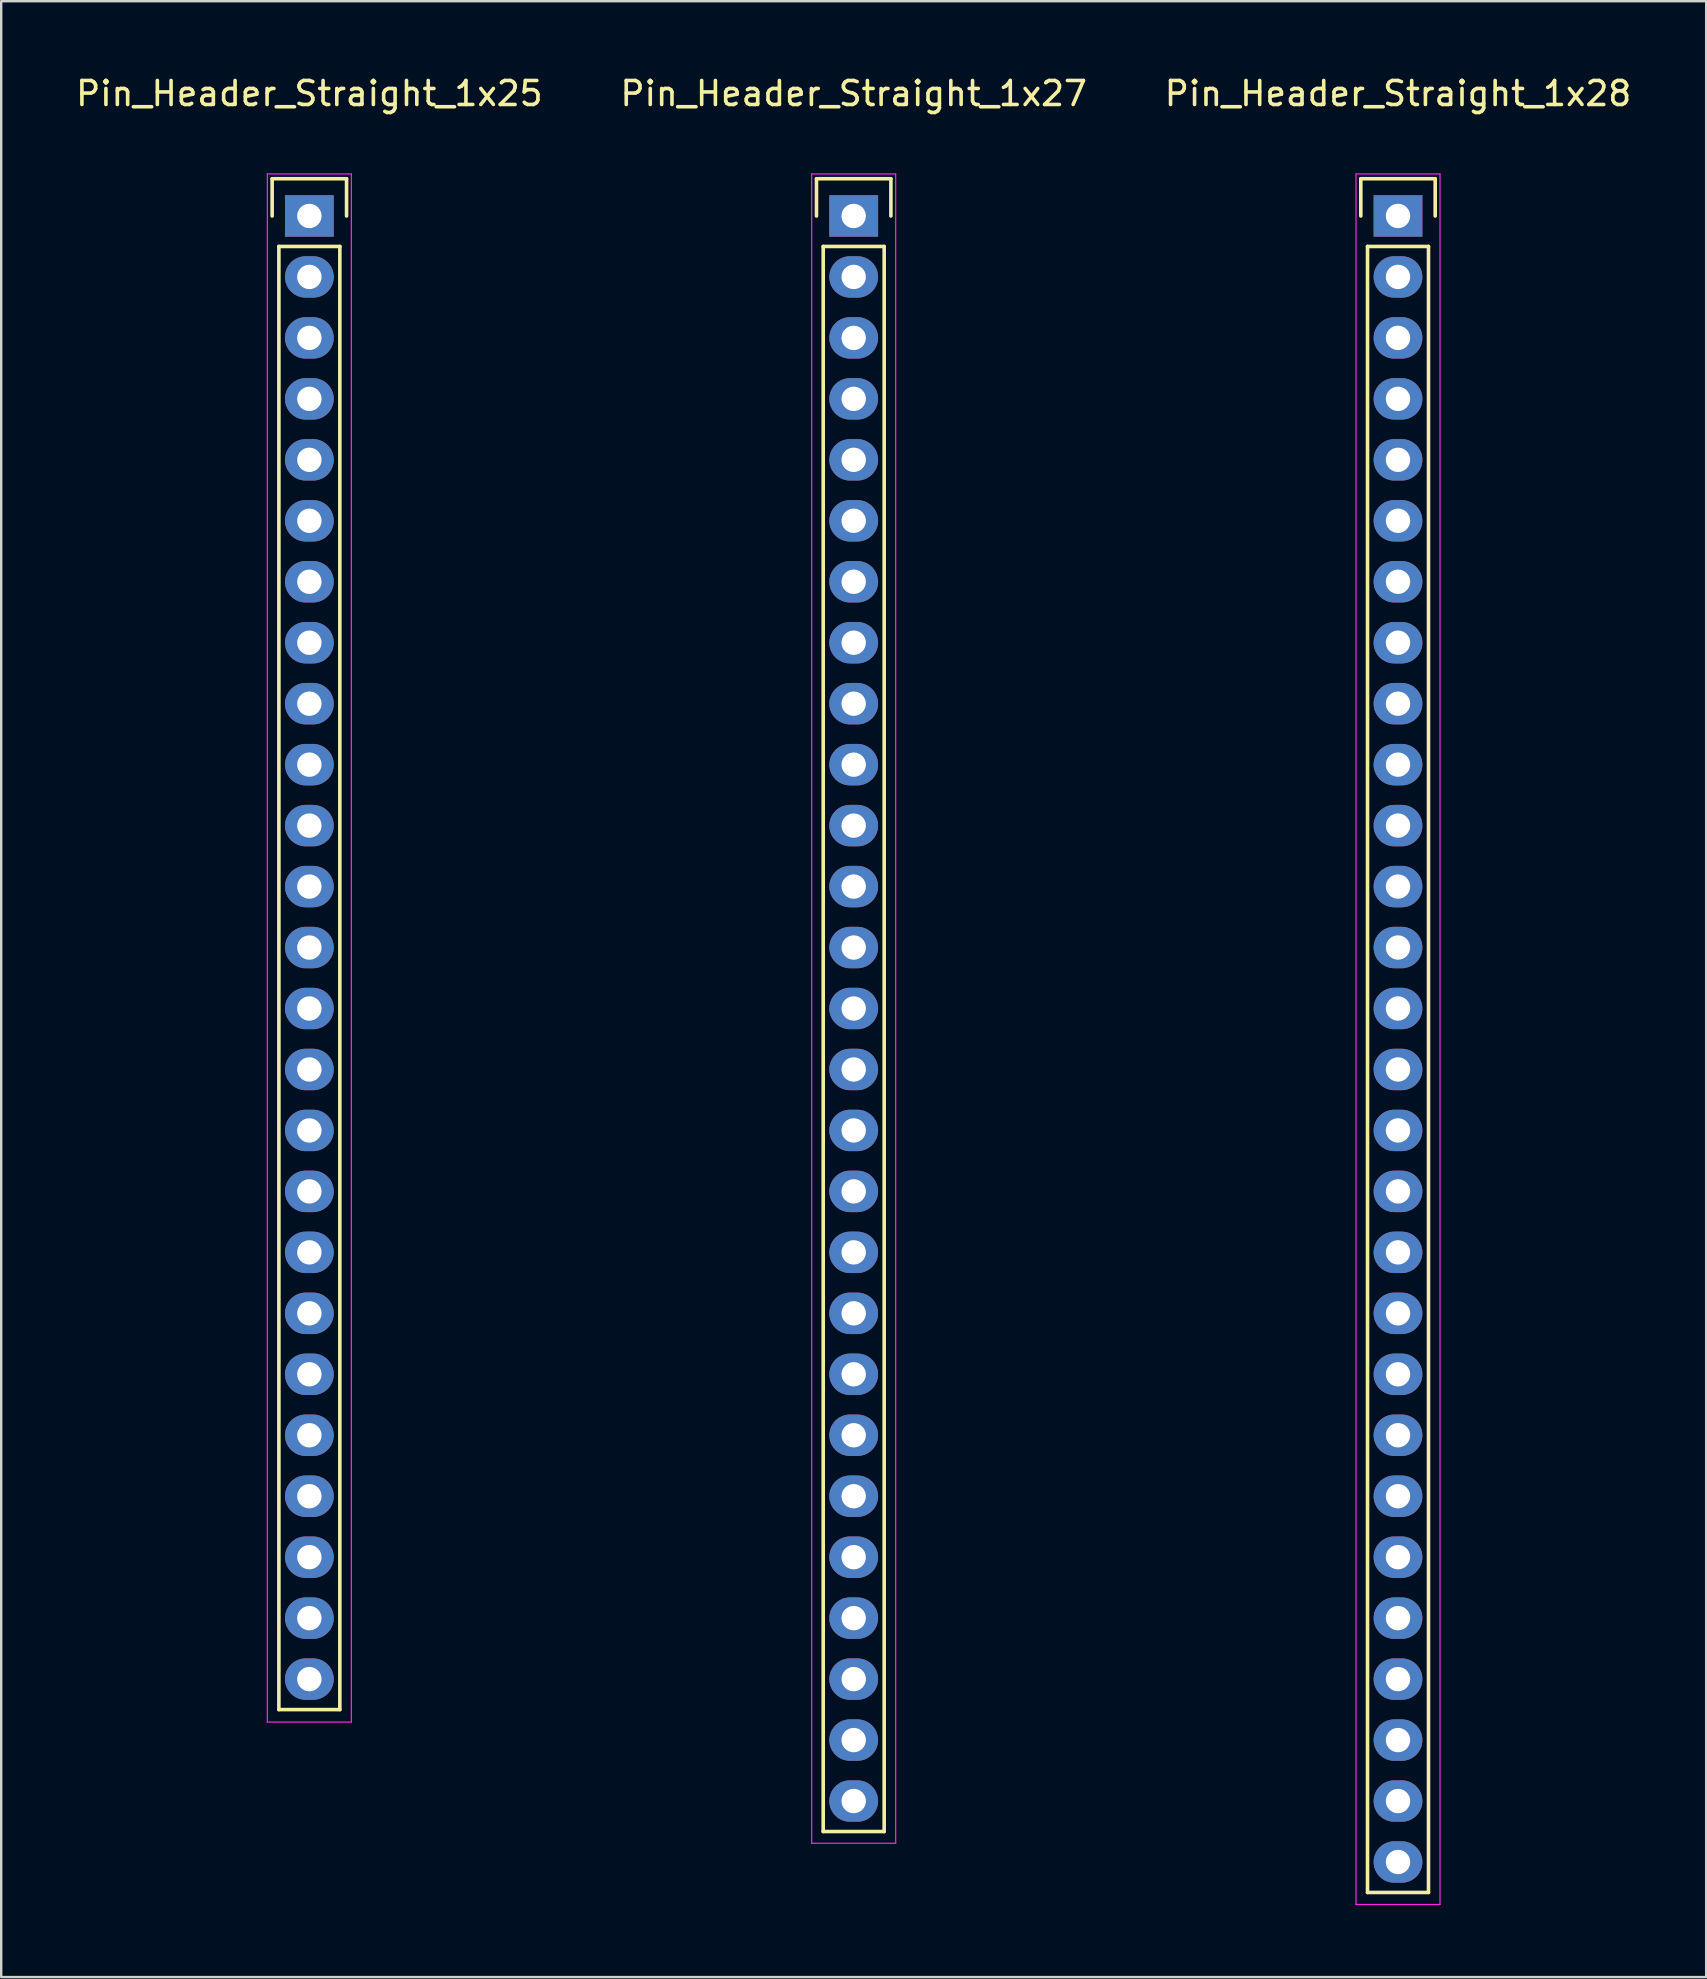
<source format=kicad_pcb>
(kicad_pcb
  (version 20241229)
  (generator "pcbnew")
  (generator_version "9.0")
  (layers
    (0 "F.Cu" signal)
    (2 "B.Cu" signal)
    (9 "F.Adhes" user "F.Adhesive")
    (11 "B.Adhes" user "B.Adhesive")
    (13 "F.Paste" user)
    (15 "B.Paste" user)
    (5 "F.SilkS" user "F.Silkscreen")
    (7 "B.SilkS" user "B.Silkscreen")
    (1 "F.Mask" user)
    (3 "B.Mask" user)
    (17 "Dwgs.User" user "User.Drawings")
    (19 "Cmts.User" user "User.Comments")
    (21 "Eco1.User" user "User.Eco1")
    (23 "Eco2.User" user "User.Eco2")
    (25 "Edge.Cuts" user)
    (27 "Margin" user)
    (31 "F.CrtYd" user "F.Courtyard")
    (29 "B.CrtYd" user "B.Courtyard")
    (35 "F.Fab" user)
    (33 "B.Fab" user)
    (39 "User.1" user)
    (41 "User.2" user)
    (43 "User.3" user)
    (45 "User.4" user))
  (footprint "Pin_Header_Straight_1x25"
    (layer "F.Cu")
    (at 9.839 5.948)
    (property "Reference" "Pin_Header_Straight_1x25" (at 0 -5.1 0) (layer "F.SilkS") (effects (font (size 1 1) (thickness 0.15))))
    (attr through_hole)
    (fp_line (start -1.55 -1.55) (end 1.55 -1.55) (stroke (width 0.15) (type solid)) (layer "F.SilkS"))
    (fp_line (start -1.55 0) (end -1.55 -1.55) (stroke (width 0.15) (type solid)) (layer "F.SilkS"))
    (fp_line (start -1.27 1.27) (end -1.27 62.23) (stroke (width 0.15) (type solid)) (layer "F.SilkS"))
    (fp_line (start -1.27 62.23) (end 1.27 62.23) (stroke (width 0.15) (type solid)) (layer "F.SilkS"))
    (fp_line (start 1.27 1.27) (end -1.27 1.27) (stroke (width 0.15) (type solid)) (layer "F.SilkS"))
    (fp_line (start 1.27 62.23) (end 1.27 1.27) (stroke (width 0.15) (type solid)) (layer "F.SilkS"))
    (fp_line (start 1.55 -1.55) (end 1.55 0) (stroke (width 0.15) (type solid)) (layer "F.SilkS"))
    (fp_line (start -1.75 -1.75) (end -1.75 62.75) (stroke (width 0.05) (type solid)) (layer "F.CrtYd"))
    (fp_line (start -1.75 -1.75) (end 1.75 -1.75) (stroke (width 0.05) (type solid)) (layer "F.CrtYd"))
    (fp_line (start -1.75 62.75) (end 1.75 62.75) (stroke (width 0.05) (type solid)) (layer "F.CrtYd"))
    (fp_line (start 1.75 -1.75) (end 1.75 62.75) (stroke (width 0.05) (type solid)) (layer "F.CrtYd"))
    (pad "1" thru_hole rect (at 0 0) (size 2.032 1.727) (drill 1.016) (layers "*.Cu" "*.Mask"))
    (pad "2" thru_hole oval (at 0 2.54) (size 2.032 1.727) (drill 1.016) (layers "*.Cu" "*.Mask"))
    (pad "3" thru_hole oval (at 0 5.08) (size 2.032 1.727) (drill 1.016) (layers "*.Cu" "*.Mask"))
    (pad "4" thru_hole oval (at 0 7.62) (size 2.032 1.727) (drill 1.016) (layers "*.Cu" "*.Mask"))
    (pad "5" thru_hole oval (at 0 10.16) (size 2.032 1.727) (drill 1.016) (layers "*.Cu" "*.Mask"))
    (pad "6" thru_hole oval (at 0 12.7) (size 2.032 1.727) (drill 1.016) (layers "*.Cu" "*.Mask"))
    (pad "7" thru_hole oval (at 0 15.24) (size 2.032 1.727) (drill 1.016) (layers "*.Cu" "*.Mask"))
    (pad "8" thru_hole oval (at 0 17.78) (size 2.032 1.727) (drill 1.016) (layers "*.Cu" "*.Mask"))
    (pad "9" thru_hole oval (at 0 20.32) (size 2.032 1.727) (drill 1.016) (layers "*.Cu" "*.Mask"))
    (pad "10" thru_hole oval (at 0 22.86) (size 2.032 1.727) (drill 1.016) (layers "*.Cu" "*.Mask"))
    (pad "11" thru_hole oval (at 0 25.4) (size 2.032 1.727) (drill 1.016) (layers "*.Cu" "*.Mask"))
    (pad "12" thru_hole oval (at 0 27.94) (size 2.032 1.727) (drill 1.016) (layers "*.Cu" "*.Mask"))
    (pad "13" thru_hole oval (at 0 30.48) (size 2.032 1.727) (drill 1.016) (layers "*.Cu" "*.Mask"))
    (pad "14" thru_hole oval (at 0 33.02) (size 2.032 1.727) (drill 1.016) (layers "*.Cu" "*.Mask"))
    (pad "15" thru_hole oval (at 0 35.56) (size 2.032 1.727) (drill 1.016) (layers "*.Cu" "*.Mask"))
    (pad "16" thru_hole oval (at 0 38.1) (size 2.032 1.727) (drill 1.016) (layers "*.Cu" "*.Mask"))
    (pad "17" thru_hole oval (at 0 40.64) (size 2.032 1.727) (drill 1.016) (layers "*.Cu" "*.Mask"))
    (pad "18" thru_hole oval (at 0 43.18) (size 2.032 1.727) (drill 1.016) (layers "*.Cu" "*.Mask"))
    (pad "19" thru_hole oval (at 0 45.72) (size 2.032 1.727) (drill 1.016) (layers "*.Cu" "*.Mask"))
    (pad "20" thru_hole oval (at 0 48.26) (size 2.032 1.727) (drill 1.016) (layers "*.Cu" "*.Mask"))
    (pad "21" thru_hole oval (at 0 50.8) (size 2.032 1.727) (drill 1.016) (layers "*.Cu" "*.Mask"))
    (pad "22" thru_hole oval (at 0 53.34) (size 2.032 1.727) (drill 1.016) (layers "*.Cu" "*.Mask"))
    (pad "23" thru_hole oval (at 0 55.88) (size 2.032 1.727) (drill 1.016) (layers "*.Cu" "*.Mask"))
    (pad "24" thru_hole oval (at 0 58.42) (size 2.032 1.727) (drill 1.016) (layers "*.Cu" "*.Mask"))
    (pad "25" thru_hole oval (at 0 60.96) (size 2.032 1.727) (drill 1.016) (layers "*.Cu" "*.Mask")))
  (footprint "Pin_Header_Straight_1x28"
    (layer "F.Cu")
    (at 55.196 5.948)
    (property "Reference" "Pin_Header_Straight_1x28" (at 0 -5.1 0) (layer "F.SilkS") (effects (font (size 1 1) (thickness 0.15))))
    (attr through_hole)
    (fp_line (start -1.55 -1.55) (end 1.55 -1.55) (stroke (width 0.15) (type solid)) (layer "F.SilkS"))
    (fp_line (start -1.55 0) (end -1.55 -1.55) (stroke (width 0.15) (type solid)) (layer "F.SilkS"))
    (fp_line (start -1.27 1.27) (end -1.27 69.85) (stroke (width 0.15) (type solid)) (layer "F.SilkS"))
    (fp_line (start -1.27 69.85) (end 1.27 69.85) (stroke (width 0.15) (type solid)) (layer "F.SilkS"))
    (fp_line (start 1.27 1.27) (end -1.27 1.27) (stroke (width 0.15) (type solid)) (layer "F.SilkS"))
    (fp_line (start 1.27 69.85) (end 1.27 1.27) (stroke (width 0.15) (type solid)) (layer "F.SilkS"))
    (fp_line (start 1.55 -1.55) (end 1.55 0) (stroke (width 0.15) (type solid)) (layer "F.SilkS"))
    (fp_line (start -1.75 -1.75) (end -1.75 70.35) (stroke (width 0.05) (type solid)) (layer "F.CrtYd"))
    (fp_line (start -1.75 -1.75) (end 1.75 -1.75) (stroke (width 0.05) (type solid)) (layer "F.CrtYd"))
    (fp_line (start -1.75 70.35) (end 1.75 70.35) (stroke (width 0.05) (type solid)) (layer "F.CrtYd"))
    (fp_line (start 1.75 -1.75) (end 1.75 70.35) (stroke (width 0.05) (type solid)) (layer "F.CrtYd"))
    (pad "1" thru_hole rect (at 0 0) (size 2.032 1.727) (drill 1.016) (layers "*.Cu" "*.Mask"))
    (pad "2" thru_hole oval (at 0 2.54) (size 2.032 1.727) (drill 1.016) (layers "*.Cu" "*.Mask"))
    (pad "3" thru_hole oval (at 0 5.08) (size 2.032 1.727) (drill 1.016) (layers "*.Cu" "*.Mask"))
    (pad "4" thru_hole oval (at 0 7.62) (size 2.032 1.727) (drill 1.016) (layers "*.Cu" "*.Mask"))
    (pad "5" thru_hole oval (at 0 10.16) (size 2.032 1.727) (drill 1.016) (layers "*.Cu" "*.Mask"))
    (pad "6" thru_hole oval (at 0 12.7) (size 2.032 1.727) (drill 1.016) (layers "*.Cu" "*.Mask"))
    (pad "7" thru_hole oval (at 0 15.24) (size 2.032 1.727) (drill 1.016) (layers "*.Cu" "*.Mask"))
    (pad "8" thru_hole oval (at 0 17.78) (size 2.032 1.727) (drill 1.016) (layers "*.Cu" "*.Mask"))
    (pad "9" thru_hole oval (at 0 20.32) (size 2.032 1.727) (drill 1.016) (layers "*.Cu" "*.Mask"))
    (pad "10" thru_hole oval (at 0 22.86) (size 2.032 1.727) (drill 1.016) (layers "*.Cu" "*.Mask"))
    (pad "11" thru_hole oval (at 0 25.4) (size 2.032 1.727) (drill 1.016) (layers "*.Cu" "*.Mask"))
    (pad "12" thru_hole oval (at 0 27.94) (size 2.032 1.727) (drill 1.016) (layers "*.Cu" "*.Mask"))
    (pad "13" thru_hole oval (at 0 30.48) (size 2.032 1.727) (drill 1.016) (layers "*.Cu" "*.Mask"))
    (pad "14" thru_hole oval (at 0 33.02) (size 2.032 1.727) (drill 1.016) (layers "*.Cu" "*.Mask"))
    (pad "15" thru_hole oval (at 0 35.56) (size 2.032 1.727) (drill 1.016) (layers "*.Cu" "*.Mask"))
    (pad "16" thru_hole oval (at 0 38.1) (size 2.032 1.727) (drill 1.016) (layers "*.Cu" "*.Mask"))
    (pad "17" thru_hole oval (at 0 40.64) (size 2.032 1.727) (drill 1.016) (layers "*.Cu" "*.Mask"))
    (pad "18" thru_hole oval (at 0 43.18) (size 2.032 1.727) (drill 1.016) (layers "*.Cu" "*.Mask"))
    (pad "19" thru_hole oval (at 0 45.72) (size 2.032 1.727) (drill 1.016) (layers "*.Cu" "*.Mask"))
    (pad "20" thru_hole oval (at 0 48.26) (size 2.032 1.727) (drill 1.016) (layers "*.Cu" "*.Mask"))
    (pad "21" thru_hole oval (at 0 50.8) (size 2.032 1.727) (drill 1.016) (layers "*.Cu" "*.Mask"))
    (pad "22" thru_hole oval (at 0 53.34) (size 2.032 1.727) (drill 1.016) (layers "*.Cu" "*.Mask"))
    (pad "23" thru_hole oval (at 0 55.88) (size 2.032 1.727) (drill 1.016) (layers "*.Cu" "*.Mask"))
    (pad "24" thru_hole oval (at 0 58.42) (size 2.032 1.727) (drill 1.016) (layers "*.Cu" "*.Mask"))
    (pad "25" thru_hole oval (at 0 60.96) (size 2.032 1.727) (drill 1.016) (layers "*.Cu" "*.Mask"))
    (pad "26" thru_hole oval (at 0 63.5) (size 2.032 1.727) (drill 1.016) (layers "*.Cu" "*.Mask"))
    (pad "27" thru_hole oval (at 0 66.04) (size 2.032 1.727) (drill 1.016) (layers "*.Cu" "*.Mask"))
    (pad "28" thru_hole oval (at 0 68.58) (size 2.032 1.727) (drill 1.016) (layers "*.Cu" "*.Mask")))
  (footprint "Pin_Header_Straight_1x27"
    (layer "F.Cu")
    (at 32.518 5.948)
    (property "Reference" "Pin_Header_Straight_1x27" (at 0 -5.1 0) (layer "F.SilkS") (effects (font (size 1 1) (thickness 0.15))))
    (attr through_hole)
    (fp_line (start -1.55 -1.55) (end 1.55 -1.55) (stroke (width 0.15) (type solid)) (layer "F.SilkS"))
    (fp_line (start -1.55 0) (end -1.55 -1.55) (stroke (width 0.15) (type solid)) (layer "F.SilkS"))
    (fp_line (start -1.27 1.27) (end -1.27 67.31) (stroke (width 0.15) (type solid)) (layer "F.SilkS"))
    (fp_line (start -1.27 67.31) (end 1.27 67.31) (stroke (width 0.15) (type solid)) (layer "F.SilkS"))
    (fp_line (start 1.27 1.27) (end -1.27 1.27) (stroke (width 0.15) (type solid)) (layer "F.SilkS"))
    (fp_line (start 1.27 67.31) (end 1.27 1.27) (stroke (width 0.15) (type solid)) (layer "F.SilkS"))
    (fp_line (start 1.55 -1.55) (end 1.55 0) (stroke (width 0.15) (type solid)) (layer "F.SilkS"))
    (fp_line (start -1.75 -1.75) (end -1.75 67.8) (stroke (width 0.05) (type solid)) (layer "F.CrtYd"))
    (fp_line (start -1.75 -1.75) (end 1.75 -1.75) (stroke (width 0.05) (type solid)) (layer "F.CrtYd"))
    (fp_line (start -1.75 67.8) (end 1.75 67.8) (stroke (width 0.05) (type solid)) (layer "F.CrtYd"))
    (fp_line (start 1.75 -1.75) (end 1.75 67.8) (stroke (width 0.05) (type solid)) (layer "F.CrtYd"))
    (pad "1" thru_hole rect (at 0 0) (size 2.032 1.727) (drill 1.016) (layers "*.Cu" "*.Mask"))
    (pad "2" thru_hole oval (at 0 2.54) (size 2.032 1.727) (drill 1.016) (layers "*.Cu" "*.Mask"))
    (pad "3" thru_hole oval (at 0 5.08) (size 2.032 1.727) (drill 1.016) (layers "*.Cu" "*.Mask"))
    (pad "4" thru_hole oval (at 0 7.62) (size 2.032 1.727) (drill 1.016) (layers "*.Cu" "*.Mask"))
    (pad "5" thru_hole oval (at 0 10.16) (size 2.032 1.727) (drill 1.016) (layers "*.Cu" "*.Mask"))
    (pad "6" thru_hole oval (at 0 12.7) (size 2.032 1.727) (drill 1.016) (layers "*.Cu" "*.Mask"))
    (pad "7" thru_hole oval (at 0 15.24) (size 2.032 1.727) (drill 1.016) (layers "*.Cu" "*.Mask"))
    (pad "8" thru_hole oval (at 0 17.78) (size 2.032 1.727) (drill 1.016) (layers "*.Cu" "*.Mask"))
    (pad "9" thru_hole oval (at 0 20.32) (size 2.032 1.727) (drill 1.016) (layers "*.Cu" "*.Mask"))
    (pad "10" thru_hole oval (at 0 22.86) (size 2.032 1.727) (drill 1.016) (layers "*.Cu" "*.Mask"))
    (pad "11" thru_hole oval (at 0 25.4) (size 2.032 1.727) (drill 1.016) (layers "*.Cu" "*.Mask"))
    (pad "12" thru_hole oval (at 0 27.94) (size 2.032 1.727) (drill 1.016) (layers "*.Cu" "*.Mask"))
    (pad "13" thru_hole oval (at 0 30.48) (size 2.032 1.727) (drill 1.016) (layers "*.Cu" "*.Mask"))
    (pad "14" thru_hole oval (at 0 33.02) (size 2.032 1.727) (drill 1.016) (layers "*.Cu" "*.Mask"))
    (pad "15" thru_hole oval (at 0 35.56) (size 2.032 1.727) (drill 1.016) (layers "*.Cu" "*.Mask"))
    (pad "16" thru_hole oval (at 0 38.1) (size 2.032 1.727) (drill 1.016) (layers "*.Cu" "*.Mask"))
    (pad "17" thru_hole oval (at 0 40.64) (size 2.032 1.727) (drill 1.016) (layers "*.Cu" "*.Mask"))
    (pad "18" thru_hole oval (at 0 43.18) (size 2.032 1.727) (drill 1.016) (layers "*.Cu" "*.Mask"))
    (pad "19" thru_hole oval (at 0 45.72) (size 2.032 1.727) (drill 1.016) (layers "*.Cu" "*.Mask"))
    (pad "20" thru_hole oval (at 0 48.26) (size 2.032 1.727) (drill 1.016) (layers "*.Cu" "*.Mask"))
    (pad "21" thru_hole oval (at 0 50.8) (size 2.032 1.727) (drill 1.016) (layers "*.Cu" "*.Mask"))
    (pad "22" thru_hole oval (at 0 53.34) (size 2.032 1.727) (drill 1.016) (layers "*.Cu" "*.Mask"))
    (pad "23" thru_hole oval (at 0 55.88) (size 2.032 1.727) (drill 1.016) (layers "*.Cu" "*.Mask"))
    (pad "24" thru_hole oval (at 0 58.42) (size 2.032 1.727) (drill 1.016) (layers "*.Cu" "*.Mask"))
    (pad "25" thru_hole oval (at 0 60.96) (size 2.032 1.727) (drill 1.016) (layers "*.Cu" "*.Mask"))
    (pad "26" thru_hole oval (at 0 63.5) (size 2.032 1.727) (drill 1.016) (layers "*.Cu" "*.Mask"))
    (pad "27" thru_hole oval (at 0 66.04) (size 2.032 1.727) (drill 1.016) (layers "*.Cu" "*.Mask")))
  (gr_rect
    (start -3 -3)
    (end 68.036 79.323)
    (stroke (width 0.1) (type default))
    (fill no)
    (layer "Edge.Cuts")))
</source>
